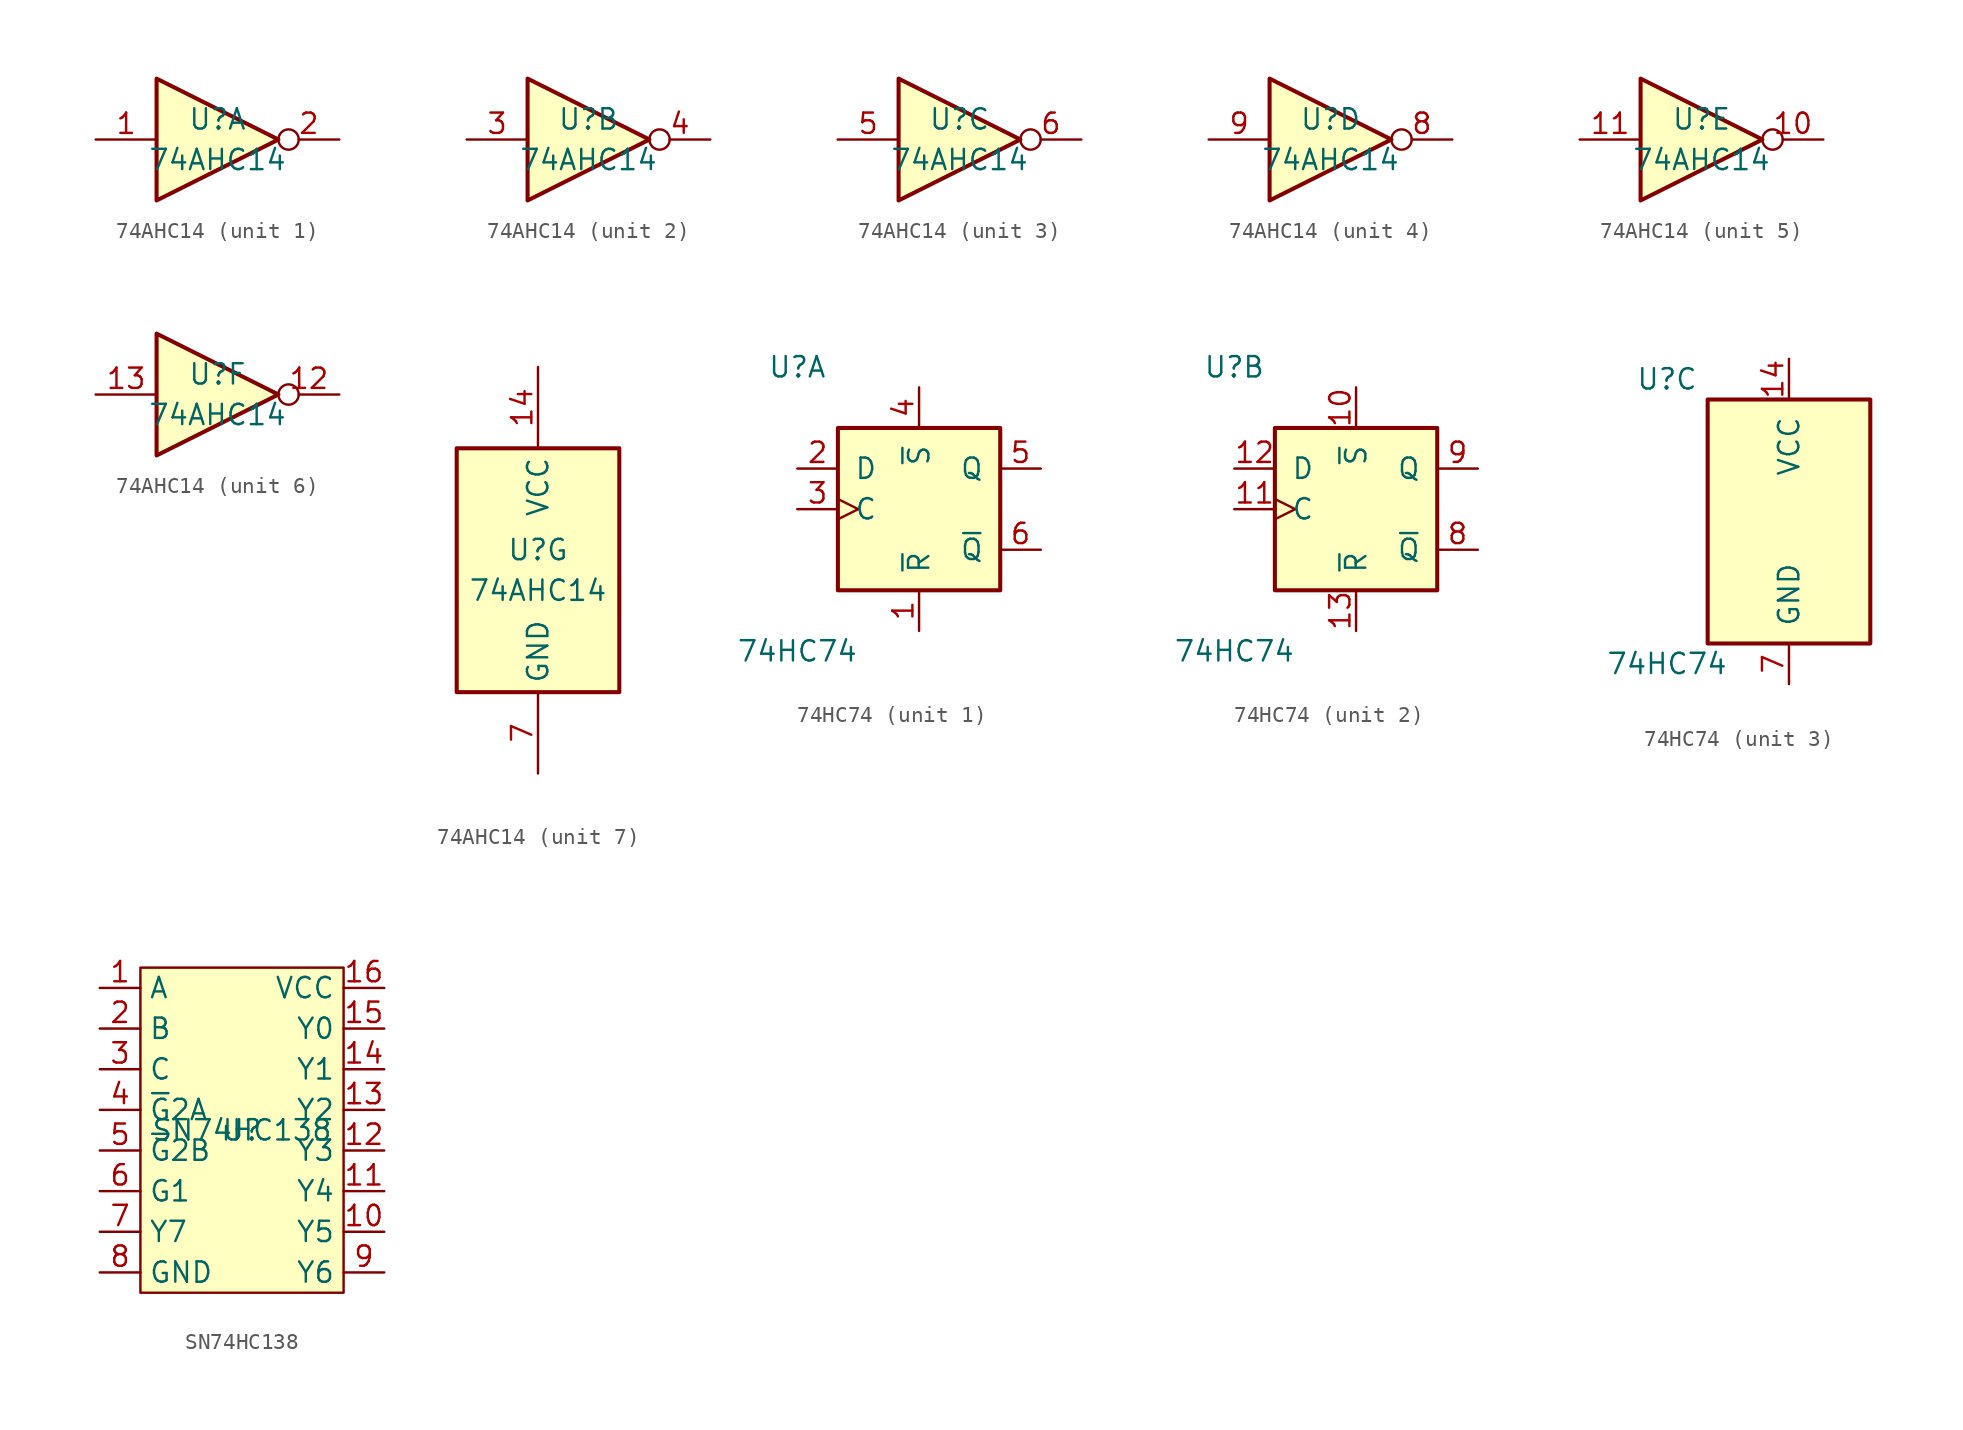
<source format=kicad_sym>
(kicad_symbol_lib
  (version 20231120)
  (generator "kicad_symbol_editor")
  (generator_version "8.0")
  (symbol "74AHC14"
    (property "Reference" "U"
      (at 0 1.27 0)
      (effects (font (size 1.27 1.27))))
    (property "Value" "74AHC14"
      (at 0 -1.27 0)
      (effects (font (size 1.27 1.27))))
    (property "ki_locked" ""
      (at 0 0 0)
      (effects (font (size 1.27 1.27))))
    (symbol "74AHC14_1_0"
      (polyline (pts (xy -3.81 3.81) (xy -3.81 -3.81) (xy 3.81 0) (xy -3.81 3.81)) (stroke (width 0.254) (type default)) (fill (type background)))
      (pin input line (at -7.62 0 0) (length 3.81) (name "~" (effects (font (size 1.27 1.27)))) (number "1" (effects (font (size 1.27 1.27)))))
      (pin output inverted (at 7.62 0 180) (length 3.81) (name "~" (effects (font (size 1.27 1.27)))) (number "2" (effects (font (size 1.27 1.27))))))
    (symbol "74AHC14_2_0"
      (polyline (pts (xy -3.81 3.81) (xy -3.81 -3.81) (xy 3.81 0) (xy -3.81 3.81)) (stroke (width 0.254) (type default)) (fill (type background)))
      (pin input line (at -7.62 0 0) (length 3.81) (name "~" (effects (font (size 1.27 1.27)))) (number "3" (effects (font (size 1.27 1.27)))))
      (pin output inverted (at 7.62 0 180) (length 3.81) (name "~" (effects (font (size 1.27 1.27)))) (number "4" (effects (font (size 1.27 1.27))))))
    (symbol "74AHC14_3_0"
      (polyline (pts (xy -3.81 3.81) (xy -3.81 -3.81) (xy 3.81 0) (xy -3.81 3.81)) (stroke (width 0.254) (type default)) (fill (type background)))
      (pin input line (at -7.62 0 0) (length 3.81) (name "~" (effects (font (size 1.27 1.27)))) (number "5" (effects (font (size 1.27 1.27)))))
      (pin output inverted (at 7.62 0 180) (length 3.81) (name "~" (effects (font (size 1.27 1.27)))) (number "6" (effects (font (size 1.27 1.27))))))
    (symbol "74AHC14_4_0"
      (polyline (pts (xy -3.81 3.81) (xy -3.81 -3.81) (xy 3.81 0) (xy -3.81 3.81)) (stroke (width 0.254) (type default)) (fill (type background)))
      (pin output inverted (at 7.62 0 180) (length 3.81) (name "~" (effects (font (size 1.27 1.27)))) (number "8" (effects (font (size 1.27 1.27)))))
      (pin input line (at -7.62 0 0) (length 3.81) (name "~" (effects (font (size 1.27 1.27)))) (number "9" (effects (font (size 1.27 1.27))))))
    (symbol "74AHC14_5_0"
      (polyline (pts (xy -3.81 3.81) (xy -3.81 -3.81) (xy 3.81 0) (xy -3.81 3.81)) (stroke (width 0.254) (type default)) (fill (type background)))
      (pin output inverted (at 7.62 0 180) (length 3.81) (name "~" (effects (font (size 1.27 1.27)))) (number "10" (effects (font (size 1.27 1.27)))))
      (pin input line (at -7.62 0 0) (length 3.81) (name "~" (effects (font (size 1.27 1.27)))) (number "11" (effects (font (size 1.27 1.27))))))
    (symbol "74AHC14_6_0"
      (polyline (pts (xy -3.81 3.81) (xy -3.81 -3.81) (xy 3.81 0) (xy -3.81 3.81)) (stroke (width 0.254) (type default)) (fill (type background)))
      (pin output inverted (at 7.62 0 180) (length 3.81) (name "~" (effects (font (size 1.27 1.27)))) (number "12" (effects (font (size 1.27 1.27)))))
      (pin input line (at -7.62 0 0) (length 3.81) (name "~" (effects (font (size 1.27 1.27)))) (number "13" (effects (font (size 1.27 1.27))))))
    (symbol "74AHC14_7_0"
      (pin power_in line (at 0 12.7 270) (length 5.08) (name "VCC" (effects (font (size 1.27 1.27)))) (number "14" (effects (font (size 1.27 1.27)))))
      (pin power_in line (at 0 -12.7 90) (length 5.08) (name "GND" (effects (font (size 1.27 1.27)))) (number "7" (effects (font (size 1.27 1.27))))))
    (symbol "74AHC14_7_1"
      (rectangle (start -5.08 7.62) (end 5.08 -7.62) (stroke (width 0.254) (type default)) (fill (type background)))))
  (symbol "74HC74"
    (pin_names
      (offset 1.016))
    (property "Reference" "U"
      (at -7.62 8.89 0)
      (effects (font (size 1.27 1.27))))
    (property "Value" "74HC74"
      (at -7.62 -8.89 0)
      (effects (font (size 1.27 1.27))))
    (property "ki_locked" ""
      (at 0 0 0)
      (effects (font (size 1.27 1.27))))
    (symbol "74HC74_1_0"
      (pin input line (at 0 -7.62 90) (length 2.54) (name "~{R}" (effects (font (size 1.27 1.27)))) (number "1" (effects (font (size 1.27 1.27)))))
      (pin input line (at -7.62 2.54 0) (length 2.54) (name "D" (effects (font (size 1.27 1.27)))) (number "2" (effects (font (size 1.27 1.27)))))
      (pin input clock (at -7.62 0 0) (length 2.54) (name "C" (effects (font (size 1.27 1.27)))) (number "3" (effects (font (size 1.27 1.27)))))
      (pin input line (at 0 7.62 270) (length 2.54) (name "~{S}" (effects (font (size 1.27 1.27)))) (number "4" (effects (font (size 1.27 1.27)))))
      (pin output line (at 7.62 2.54 180) (length 2.54) (name "Q" (effects (font (size 1.27 1.27)))) (number "5" (effects (font (size 1.27 1.27)))))
      (pin output line (at 7.62 -2.54 180) (length 2.54) (name "~{Q}" (effects (font (size 1.27 1.27)))) (number "6" (effects (font (size 1.27 1.27))))))
    (symbol "74HC74_1_1"
      (rectangle (start -5.08 5.08) (end 5.08 -5.08) (stroke (width 0.254) (type default)) (fill (type background))))
    (symbol "74HC74_2_0"
      (pin input line (at 0 7.62 270) (length 2.54) (name "~{S}" (effects (font (size 1.27 1.27)))) (number "10" (effects (font (size 1.27 1.27)))))
      (pin input clock (at -7.62 0 0) (length 2.54) (name "C" (effects (font (size 1.27 1.27)))) (number "11" (effects (font (size 1.27 1.27)))))
      (pin input line (at -7.62 2.54 0) (length 2.54) (name "D" (effects (font (size 1.27 1.27)))) (number "12" (effects (font (size 1.27 1.27)))))
      (pin input line (at 0 -7.62 90) (length 2.54) (name "~{R}" (effects (font (size 1.27 1.27)))) (number "13" (effects (font (size 1.27 1.27)))))
      (pin output line (at 7.62 -2.54 180) (length 2.54) (name "~{Q}" (effects (font (size 1.27 1.27)))) (number "8" (effects (font (size 1.27 1.27)))))
      (pin output line (at 7.62 2.54 180) (length 2.54) (name "Q" (effects (font (size 1.27 1.27)))) (number "9" (effects (font (size 1.27 1.27))))))
    (symbol "74HC74_2_1"
      (rectangle (start -5.08 5.08) (end 5.08 -5.08) (stroke (width 0.254) (type default)) (fill (type background))))
    (symbol "74HC74_3_0"
      (pin power_in line (at 0 10.16 270) (length 2.54) (name "VCC" (effects (font (size 1.27 1.27)))) (number "14" (effects (font (size 1.27 1.27)))))
      (pin power_in line (at 0 -10.16 90) (length 2.54) (name "GND" (effects (font (size 1.27 1.27)))) (number "7" (effects (font (size 1.27 1.27))))))
    (symbol "74HC74_3_1"
      (rectangle (start -5.08 7.62) (end 5.08 -7.62) (stroke (width 0.254) (type default)) (fill (type background)))))
  (symbol "SN74HC138"
    (property "Reference" "U"
      (at 0 0 0)
      (effects (font (size 1.27 1.27))))
    (property "Value" "SN74HC138"
      (at 0 0 0)
      (effects (font (size 1.27 1.27))))
    (symbol "SN74HC138_0_0"
      (pin output line (at 8.89 -6.35 180) (length 2.54) (name "Y5" (effects (font (size 1.27 1.27)))) (number "10" (effects (font (size 1.27 1.27)))))
      (pin output line (at 8.89 -3.81 180) (length 2.54) (name "Y4" (effects (font (size 1.27 1.27)))) (number "11" (effects (font (size 1.27 1.27)))))
      (pin output line (at 8.89 -1.27 180) (length 2.54) (name "Y3" (effects (font (size 1.27 1.27)))) (number "12" (effects (font (size 1.27 1.27)))))
      (pin output line (at 8.89 1.27 180) (length 2.54) (name "Y2" (effects (font (size 1.27 1.27)))) (number "13" (effects (font (size 1.27 1.27)))))
      (pin output line (at 8.89 3.81 180) (length 2.54) (name "Y1" (effects (font (size 1.27 1.27)))) (number "14" (effects (font (size 1.27 1.27)))))
      (pin output line (at 8.89 6.35 180) (length 2.54) (name "Y0" (effects (font (size 1.27 1.27)))) (number "15" (effects (font (size 1.27 1.27)))))
      (pin power_in line (at 8.89 8.89 180) (length 2.54) (name "VCC" (effects (font (size 1.27 1.27)))) (number "16" (effects (font (size 1.27 1.27)))))
      (pin input line (at -8.89 6.35 0) (length 2.54) (name "B" (effects (font (size 1.27 1.27)))) (number "2" (effects (font (size 1.27 1.27)))))
      (pin input line (at -8.89 3.81 0) (length 2.54) (name "C" (effects (font (size 1.27 1.27)))) (number "3" (effects (font (size 1.27 1.27)))))
      (pin input line (at -8.89 1.27 0) (length 2.54) (name "~{G}2A" (effects (font (size 1.27 1.27)))) (number "4" (effects (font (size 1.27 1.27)))))
      (pin input line (at -8.89 -1.27 0) (length 2.54) (name "~{G}2B" (effects (font (size 1.27 1.27)))) (number "5" (effects (font (size 1.27 1.27)))))
      (pin input line (at -8.89 -3.81 0) (length 2.54) (name "G1" (effects (font (size 1.27 1.27)))) (number "6" (effects (font (size 1.27 1.27)))))
      (pin input line (at -8.89 -6.35 0) (length 2.54) (name "Y7" (effects (font (size 1.27 1.27)))) (number "7" (effects (font (size 1.27 1.27)))))
      (pin power_in line (at -8.89 -8.89 0) (length 2.54) (name "GND" (effects (font (size 1.27 1.27)))) (number "8" (effects (font (size 1.27 1.27)))))
      (pin output line (at 8.89 -8.89 180) (length 2.54) (name "Y6" (effects (font (size 1.27 1.27)))) (number "9" (effects (font (size 1.27 1.27))))))
    (symbol "SN74HC138_0_1"
      (rectangle (start -6.35 10.16) (end 6.35 -10.16) (stroke (width 0) (type default)) (fill (type background))))
    (symbol "SN74HC138_1_1"
      (pin input line (at -8.89 8.89 0) (length 2.54) (name "A" (effects (font (size 1.27 1.27)))) (number "1" (effects (font (size 1.27 1.27))))))))
</source>
